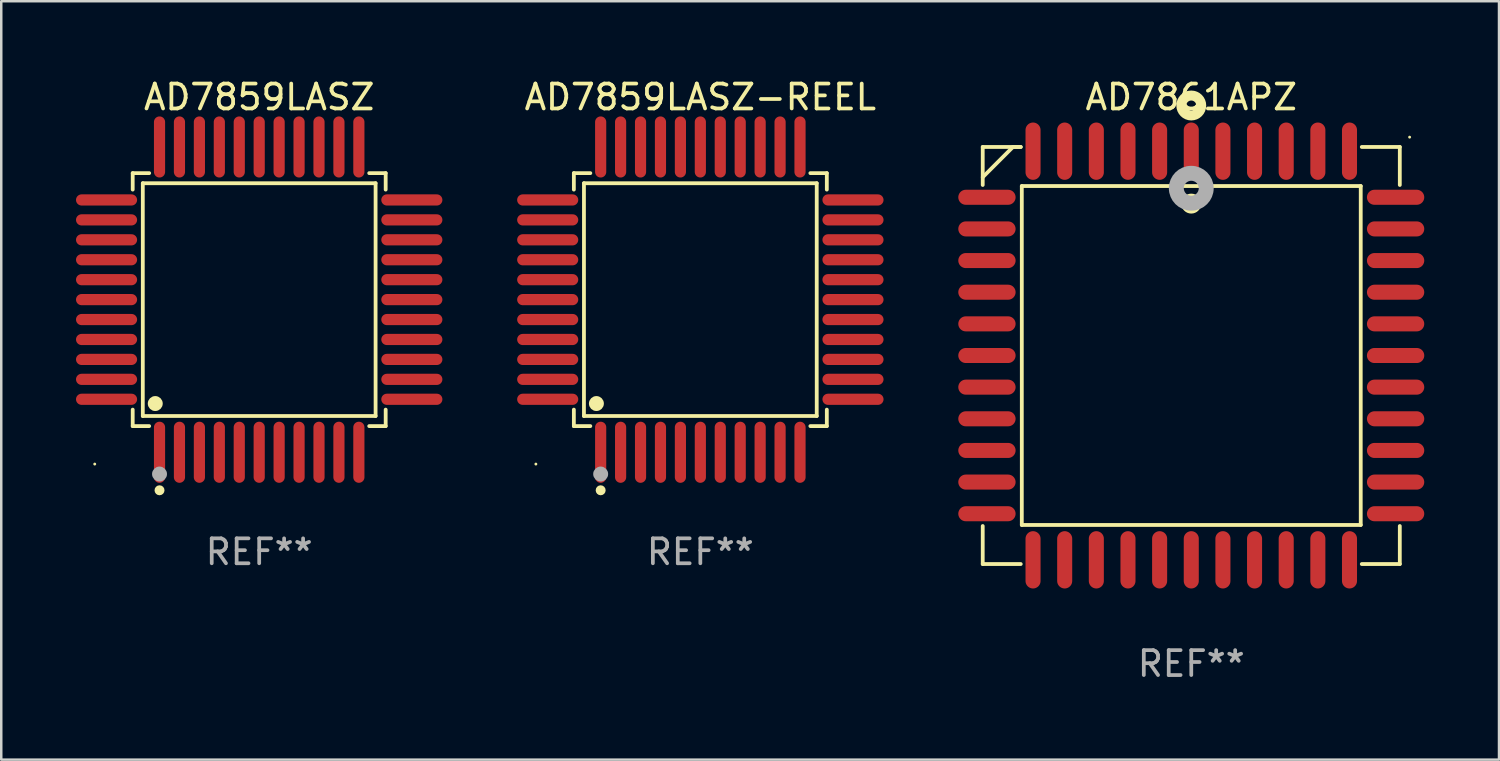
<source format=kicad_pcb>
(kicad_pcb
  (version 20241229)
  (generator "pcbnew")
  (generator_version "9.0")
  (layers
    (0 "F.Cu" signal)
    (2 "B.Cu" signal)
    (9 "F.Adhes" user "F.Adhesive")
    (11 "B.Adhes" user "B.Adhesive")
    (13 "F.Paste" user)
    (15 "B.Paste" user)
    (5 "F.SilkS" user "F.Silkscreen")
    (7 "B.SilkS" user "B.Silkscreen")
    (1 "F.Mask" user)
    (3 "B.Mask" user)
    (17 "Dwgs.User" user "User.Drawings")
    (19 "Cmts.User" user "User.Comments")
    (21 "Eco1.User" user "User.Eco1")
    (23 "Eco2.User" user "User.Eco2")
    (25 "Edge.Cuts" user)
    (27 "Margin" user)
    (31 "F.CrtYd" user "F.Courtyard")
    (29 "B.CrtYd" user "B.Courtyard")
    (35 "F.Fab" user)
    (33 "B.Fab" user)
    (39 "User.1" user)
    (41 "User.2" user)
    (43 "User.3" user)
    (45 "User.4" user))
  (footprint "AD7859LASZ"
    (layer "F.Cu")
    (at 7.352 8.974)
    (property "Reference" "AD7859LASZ" (at 0 -8.126 0) (layer "F.SilkS") (effects (font (size 1 1) (thickness 0.15))))
    (attr through_hole)
    (fp_line (start -5.076 -5.076) (end -4.415 -5.076) (stroke (width 0.152) (type solid)) (layer "F.SilkS"))
    (fp_line (start -5.076 -4.415) (end -5.076 -5.076) (stroke (width 0.152) (type solid)) (layer "F.SilkS"))
    (fp_line (start -5.076 4.415) (end -5.076 5.076) (stroke (width 0.152) (type solid)) (layer "F.SilkS"))
    (fp_line (start -5.076 5.076) (end -4.415 5.076) (stroke (width 0.152) (type solid)) (layer "F.SilkS"))
    (fp_line (start -4.671 -4.671) (end 4.671 -4.671) (stroke (width 0.152) (type solid)) (layer "F.SilkS"))
    (fp_line (start -4.671 4.671) (end -4.671 -4.671) (stroke (width 0.152) (type solid)) (layer "F.SilkS"))
    (fp_line (start 4.671 -4.671) (end 4.671 4.671) (stroke (width 0.152) (type solid)) (layer "F.SilkS"))
    (fp_line (start 4.671 4.671) (end -4.671 4.671) (stroke (width 0.152) (type solid)) (layer "F.SilkS"))
    (fp_line (start 5.076 -5.076) (end 4.415 -5.076) (stroke (width 0.152) (type solid)) (layer "F.SilkS"))
    (fp_line (start 5.076 -4.415) (end 5.076 -5.076) (stroke (width 0.152) (type solid)) (layer "F.SilkS"))
    (fp_line (start 5.076 4.415) (end 5.076 5.076) (stroke (width 0.152) (type solid)) (layer "F.SilkS"))
    (fp_line (start 5.076 5.076) (end 4.415 5.076) (stroke (width 0.152) (type solid)) (layer "F.SilkS"))
    (fp_circle (center -6.6 6.6) (end -6.57 6.6) (stroke (width 0.06) (type solid)) (fill no) (layer "F.SilkS"))
    (fp_circle (center -4.171 4.171) (end -4.021 4.171) (stroke (width 0.3) (type solid)) (fill no) (layer "F.SilkS"))
    (fp_circle (center -4 7.652) (end -3.9 7.652) (stroke (width 0.2) (type solid)) (fill no) (layer "F.SilkS"))
    (fp_circle (center -4 7) (end -3.85 7) (stroke (width 0.3) (type solid)) (fill no) (layer "F.Fab"))
    (fp_text user "REF**" (at 0 10.126 0) (layer "F.Fab") (effects (font (size 1 1) (thickness 0.15))))
    (pad "1" smd oval (at -4 6.126) (size 0.448 2.452) (layers "F.Cu" "F.Mask" "F.Paste"))
    (pad "2" smd oval (at -3.2 6.126) (size 0.448 2.452) (layers "F.Cu" "F.Mask" "F.Paste"))
    (pad "3" smd oval (at -2.4 6.126) (size 0.448 2.452) (layers "F.Cu" "F.Mask" "F.Paste"))
    (pad "4" smd oval (at -1.6 6.126) (size 0.448 2.452) (layers "F.Cu" "F.Mask" "F.Paste"))
    (pad "5" smd oval (at -0.8 6.126) (size 0.448 2.452) (layers "F.Cu" "F.Mask" "F.Paste"))
    (pad "6" smd oval (at 0 6.126) (size 0.448 2.452) (layers "F.Cu" "F.Mask" "F.Paste"))
    (pad "7" smd oval (at 0.8 6.126) (size 0.448 2.452) (layers "F.Cu" "F.Mask" "F.Paste"))
    (pad "8" smd oval (at 1.6 6.126) (size 0.448 2.452) (layers "F.Cu" "F.Mask" "F.Paste"))
    (pad "9" smd oval (at 2.4 6.126) (size 0.448 2.452) (layers "F.Cu" "F.Mask" "F.Paste"))
    (pad "10" smd oval (at 3.2 6.126) (size 0.448 2.452) (layers "F.Cu" "F.Mask" "F.Paste"))
    (pad "11" smd oval (at 4 6.126) (size 0.448 2.452) (layers "F.Cu" "F.Mask" "F.Paste"))
    (pad "12" smd oval (at 6.126 4) (size 2.452 0.448) (layers "F.Cu" "F.Mask" "F.Paste"))
    (pad "13" smd oval (at 6.126 3.2) (size 2.452 0.448) (layers "F.Cu" "F.Mask" "F.Paste"))
    (pad "14" smd oval (at 6.126 2.4) (size 2.452 0.448) (layers "F.Cu" "F.Mask" "F.Paste"))
    (pad "15" smd oval (at 6.126 1.6) (size 2.452 0.448) (layers "F.Cu" "F.Mask" "F.Paste"))
    (pad "16" smd oval (at 6.126 0.8) (size 2.452 0.448) (layers "F.Cu" "F.Mask" "F.Paste"))
    (pad "17" smd oval (at 6.126 0) (size 2.452 0.448) (layers "F.Cu" "F.Mask" "F.Paste"))
    (pad "18" smd oval (at 6.126 -0.8) (size 2.452 0.448) (layers "F.Cu" "F.Mask" "F.Paste"))
    (pad "19" smd oval (at 6.126 -1.6) (size 2.452 0.448) (layers "F.Cu" "F.Mask" "F.Paste"))
    (pad "20" smd oval (at 6.126 -2.4) (size 2.452 0.448) (layers "F.Cu" "F.Mask" "F.Paste"))
    (pad "21" smd oval (at 6.126 -3.2) (size 2.452 0.448) (layers "F.Cu" "F.Mask" "F.Paste"))
    (pad "22" smd oval (at 6.126 -4) (size 2.452 0.448) (layers "F.Cu" "F.Mask" "F.Paste"))
    (pad "23" smd oval (at 4 -6.126) (size 0.448 2.452) (layers "F.Cu" "F.Mask" "F.Paste"))
    (pad "24" smd oval (at 3.2 -6.126) (size 0.448 2.452) (layers "F.Cu" "F.Mask" "F.Paste"))
    (pad "25" smd oval (at 2.4 -6.126) (size 0.448 2.452) (layers "F.Cu" "F.Mask" "F.Paste"))
    (pad "26" smd oval (at 1.6 -6.126) (size 0.448 2.452) (layers "F.Cu" "F.Mask" "F.Paste"))
    (pad "27" smd oval (at 0.8 -6.126) (size 0.448 2.452) (layers "F.Cu" "F.Mask" "F.Paste"))
    (pad "28" smd oval (at 0 -6.126) (size 0.448 2.452) (layers "F.Cu" "F.Mask" "F.Paste"))
    (pad "29" smd oval (at -0.8 -6.126) (size 0.448 2.452) (layers "F.Cu" "F.Mask" "F.Paste"))
    (pad "30" smd oval (at -1.6 -6.126) (size 0.448 2.452) (layers "F.Cu" "F.Mask" "F.Paste"))
    (pad "31" smd oval (at -2.4 -6.126) (size 0.448 2.452) (layers "F.Cu" "F.Mask" "F.Paste"))
    (pad "32" smd oval (at -3.2 -6.126) (size 0.448 2.452) (layers "F.Cu" "F.Mask" "F.Paste"))
    (pad "33" smd oval (at -4 -6.126) (size 0.448 2.452) (layers "F.Cu" "F.Mask" "F.Paste"))
    (pad "34" smd oval (at -6.126 -4) (size 2.452 0.448) (layers "F.Cu" "F.Mask" "F.Paste"))
    (pad "35" smd oval (at -6.126 -3.2) (size 2.452 0.448) (layers "F.Cu" "F.Mask" "F.Paste"))
    (pad "36" smd oval (at -6.126 -2.4) (size 2.452 0.448) (layers "F.Cu" "F.Mask" "F.Paste"))
    (pad "37" smd oval (at -6.126 -1.6) (size 2.452 0.448) (layers "F.Cu" "F.Mask" "F.Paste"))
    (pad "38" smd oval (at -6.126 -0.8) (size 2.452 0.448) (layers "F.Cu" "F.Mask" "F.Paste"))
    (pad "39" smd oval (at -6.126 0) (size 2.452 0.448) (layers "F.Cu" "F.Mask" "F.Paste"))
    (pad "40" smd oval (at -6.126 0.8) (size 2.452 0.448) (layers "F.Cu" "F.Mask" "F.Paste"))
    (pad "41" smd oval (at -6.126 1.6) (size 2.452 0.448) (layers "F.Cu" "F.Mask" "F.Paste"))
    (pad "42" smd oval (at -6.126 2.4) (size 2.452 0.448) (layers "F.Cu" "F.Mask" "F.Paste"))
    (pad "43" smd oval (at -6.126 3.2) (size 2.452 0.448) (layers "F.Cu" "F.Mask" "F.Paste"))
    (pad "44" smd oval (at -6.126 4) (size 2.452 0.448) (layers "F.Cu" "F.Mask" "F.Paste")))
  (footprint "AD7861APZ"
    (layer "F.Cu")
    (at 44.758 11.217)
    (property "Reference" "AD7861APZ" (at 0 -10.369 0) (layer "F.SilkS") (effects (font (size 1 1) (thickness 0.15))))
    (attr through_hole)
    (fp_line (start -8.369 -8.369) (end -8.369 -6.843) (stroke (width 0.152) (type solid)) (layer "F.SilkS"))
    (fp_line (start -8.369 8.369) (end -8.369 6.843) (stroke (width 0.152) (type solid)) (layer "F.SilkS"))
    (fp_line (start -7.156 -8.369) (end -8.369 -7.156) (stroke (width 0.152) (type solid)) (layer "F.SilkS"))
    (fp_line (start -6.843 -8.369) (end -8.369 -8.369) (stroke (width 0.152) (type solid)) (layer "F.SilkS"))
    (fp_line (start -6.843 -8.369) (end -7.156 -8.369) (stroke (width 0.152) (type solid)) (layer "F.SilkS"))
    (fp_line (start -6.843 8.369) (end -8.369 8.369) (stroke (width 0.152) (type solid)) (layer "F.SilkS"))
    (fp_line (start -6.801 -6.801) (end 6.801 -6.801) (stroke (width 0.152) (type solid)) (layer "F.SilkS"))
    (fp_line (start -6.801 6.801) (end -6.801 -6.801) (stroke (width 0.152) (type solid)) (layer "F.SilkS"))
    (fp_line (start 6.801 -6.801) (end 6.801 6.801) (stroke (width 0.152) (type solid)) (layer "F.SilkS"))
    (fp_line (start 6.801 6.801) (end -6.801 6.801) (stroke (width 0.152) (type solid)) (layer "F.SilkS"))
    (fp_line (start 6.843 -8.369) (end 8.369 -8.369) (stroke (width 0.152) (type solid)) (layer "F.SilkS"))
    (fp_line (start 6.843 8.369) (end 8.369 8.369) (stroke (width 0.152) (type solid)) (layer "F.SilkS"))
    (fp_line (start 8.369 -8.369) (end 8.369 -6.843) (stroke (width 0.152) (type solid)) (layer "F.SilkS"))
    (fp_line (start 8.369 8.369) (end 8.369 6.843) (stroke (width 0.152) (type solid)) (layer "F.SilkS"))
    (fp_circle (center -0.000013 -6.096) (end 0.2 -6.096) (stroke (width 0.4) (type solid)) (fill no) (layer "F.SilkS"))
    (fp_circle (center 0.000114 -10.033) (end 0.2 -10.033) (stroke (width 0.4) (type solid)) (fill no) (layer "F.SilkS"))
    (fp_circle (center 8.763 -8.763) (end 8.793 -8.763) (stroke (width 0.06) (type solid)) (fill no) (layer "F.SilkS"))
    (fp_circle (center 0.000114 -6.712) (end 0.3 -6.712) (stroke (width 0.6) (type solid)) (fill no) (layer "F.Fab"))
    (fp_text user "REF**" (at 0 12.369 0) (layer "F.Fab") (effects (font (size 1 1) (thickness 0.15))))
    (pad "1" smd oval (at 0.000114 -8.2) (size 0.604 2.3) (layers "F.Cu" "F.Mask" "F.Paste"))
    (pad "2" smd oval (at -1.27 -8.2) (size 0.604 2.3) (layers "F.Cu" "F.Mask" "F.Paste"))
    (pad "3" smd oval (at -2.54 -8.2) (size 0.604 2.3) (layers "F.Cu" "F.Mask" "F.Paste"))
    (pad "4" smd oval (at -3.81 -8.2) (size 0.604 2.3) (layers "F.Cu" "F.Mask" "F.Paste"))
    (pad "5" smd oval (at -5.08 -8.2) (size 0.604 2.3) (layers "F.Cu" "F.Mask" "F.Paste"))
    (pad "6" smd oval (at -6.35 -8.2) (size 0.604 2.3) (layers "F.Cu" "F.Mask" "F.Paste"))
    (pad "7" smd oval (at -8.2 -6.35) (size 2.3 0.604) (layers "F.Cu" "F.Mask" "F.Paste"))
    (pad "8" smd oval (at -8.2 -5.08) (size 2.3 0.604) (layers "F.Cu" "F.Mask" "F.Paste"))
    (pad "9" smd oval (at -8.2 -3.81) (size 2.3 0.604) (layers "F.Cu" "F.Mask" "F.Paste"))
    (pad "10" smd oval (at -8.2 -2.54) (size 2.3 0.604) (layers "F.Cu" "F.Mask" "F.Paste"))
    (pad "11" smd oval (at -8.2 -1.27) (size 2.3 0.604) (layers "F.Cu" "F.Mask" "F.Paste"))
    (pad "12" smd oval (at -8.2 0.000127) (size 2.3 0.604) (layers "F.Cu" "F.Mask" "F.Paste"))
    (pad "13" smd oval (at -8.2 1.27) (size 2.3 0.604) (layers "F.Cu" "F.Mask" "F.Paste"))
    (pad "14" smd oval (at -8.2 2.54) (size 2.3 0.604) (layers "F.Cu" "F.Mask" "F.Paste"))
    (pad "15" smd oval (at -8.2 3.81) (size 2.3 0.604) (layers "F.Cu" "F.Mask" "F.Paste"))
    (pad "16" smd oval (at -8.2 5.08) (size 2.3 0.604) (layers "F.Cu" "F.Mask" "F.Paste"))
    (pad "17" smd oval (at -8.2 6.35) (size 2.3 0.604) (layers "F.Cu" "F.Mask" "F.Paste"))
    (pad "18" smd oval (at -6.35 8.2) (size 0.604 2.3) (layers "F.Cu" "F.Mask" "F.Paste"))
    (pad "19" smd oval (at -5.08 8.2) (size 0.604 2.3) (layers "F.Cu" "F.Mask" "F.Paste"))
    (pad "20" smd oval (at -3.81 8.2) (size 0.604 2.3) (layers "F.Cu" "F.Mask" "F.Paste"))
    (pad "21" smd oval (at -2.54 8.2) (size 0.604 2.3) (layers "F.Cu" "F.Mask" "F.Paste"))
    (pad "22" smd oval (at -1.27 8.2) (size 0.604 2.3) (layers "F.Cu" "F.Mask" "F.Paste"))
    (pad "23" smd oval (at 0.000114 8.2) (size 0.604 2.3) (layers "F.Cu" "F.Mask" "F.Paste"))
    (pad "24" smd oval (at 1.27 8.2) (size 0.604 2.3) (layers "F.Cu" "F.Mask" "F.Paste"))
    (pad "25" smd oval (at 2.54 8.2) (size 0.604 2.3) (layers "F.Cu" "F.Mask" "F.Paste"))
    (pad "26" smd oval (at 3.81 8.2) (size 0.604 2.3) (layers "F.Cu" "F.Mask" "F.Paste"))
    (pad "27" smd oval (at 5.08 8.2) (size 0.604 2.3) (layers "F.Cu" "F.Mask" "F.Paste"))
    (pad "28" smd oval (at 6.35 8.2) (size 0.604 2.3) (layers "F.Cu" "F.Mask" "F.Paste"))
    (pad "29" smd oval (at 8.2 6.35) (size 2.3 0.604) (layers "F.Cu" "F.Mask" "F.Paste"))
    (pad "30" smd oval (at 8.2 5.08) (size 2.3 0.604) (layers "F.Cu" "F.Mask" "F.Paste"))
    (pad "31" smd oval (at 8.2 3.81) (size 2.3 0.604) (layers "F.Cu" "F.Mask" "F.Paste"))
    (pad "32" smd oval (at 8.2 2.54) (size 2.3 0.604) (layers "F.Cu" "F.Mask" "F.Paste"))
    (pad "33" smd oval (at 8.2 1.27) (size 2.3 0.604) (layers "F.Cu" "F.Mask" "F.Paste"))
    (pad "34" smd oval (at 8.2 0.000127) (size 2.3 0.604) (layers "F.Cu" "F.Mask" "F.Paste"))
    (pad "35" smd oval (at 8.2 -1.27) (size 2.3 0.604) (layers "F.Cu" "F.Mask" "F.Paste"))
    (pad "36" smd oval (at 8.2 -2.54) (size 2.3 0.604) (layers "F.Cu" "F.Mask" "F.Paste"))
    (pad "37" smd oval (at 8.2 -3.81) (size 2.3 0.604) (layers "F.Cu" "F.Mask" "F.Paste"))
    (pad "38" smd oval (at 8.2 -5.08) (size 2.3 0.604) (layers "F.Cu" "F.Mask" "F.Paste"))
    (pad "39" smd oval (at 8.2 -6.35) (size 2.3 0.604) (layers "F.Cu" "F.Mask" "F.Paste"))
    (pad "40" smd oval (at 6.35 -8.2) (size 0.604 2.3) (layers "F.Cu" "F.Mask" "F.Paste"))
    (pad "41" smd oval (at 5.08 -8.2) (size 0.604 2.3) (layers "F.Cu" "F.Mask" "F.Paste"))
    (pad "42" smd oval (at 3.81 -8.2) (size 0.604 2.3) (layers "F.Cu" "F.Mask" "F.Paste"))
    (pad "43" smd oval (at 2.54 -8.2) (size 0.604 2.3) (layers "F.Cu" "F.Mask" "F.Paste"))
    (pad "44" smd oval (at 1.27 -8.2) (size 0.604 2.3) (layers "F.Cu" "F.Mask" "F.Paste")))
  (footprint "AD7859LASZ-REEL"
    (layer "F.Cu")
    (at 25.056 8.974)
    (property "Reference" "AD7859LASZ-REEL" (at 0 -8.126 0) (layer "F.SilkS") (effects (font (size 1 1) (thickness 0.15))))
    (attr through_hole)
    (fp_line (start -5.076 -5.076) (end -4.415 -5.076) (stroke (width 0.152) (type solid)) (layer "F.SilkS"))
    (fp_line (start -5.076 -4.415) (end -5.076 -5.076) (stroke (width 0.152) (type solid)) (layer "F.SilkS"))
    (fp_line (start -5.076 4.415) (end -5.076 5.076) (stroke (width 0.152) (type solid)) (layer "F.SilkS"))
    (fp_line (start -5.076 5.076) (end -4.415 5.076) (stroke (width 0.152) (type solid)) (layer "F.SilkS"))
    (fp_line (start -4.671 -4.671) (end 4.671 -4.671) (stroke (width 0.152) (type solid)) (layer "F.SilkS"))
    (fp_line (start -4.671 4.671) (end -4.671 -4.671) (stroke (width 0.152) (type solid)) (layer "F.SilkS"))
    (fp_line (start 4.671 -4.671) (end 4.671 4.671) (stroke (width 0.152) (type solid)) (layer "F.SilkS"))
    (fp_line (start 4.671 4.671) (end -4.671 4.671) (stroke (width 0.152) (type solid)) (layer "F.SilkS"))
    (fp_line (start 5.076 -5.076) (end 4.415 -5.076) (stroke (width 0.152) (type solid)) (layer "F.SilkS"))
    (fp_line (start 5.076 -4.415) (end 5.076 -5.076) (stroke (width 0.152) (type solid)) (layer "F.SilkS"))
    (fp_line (start 5.076 4.415) (end 5.076 5.076) (stroke (width 0.152) (type solid)) (layer "F.SilkS"))
    (fp_line (start 5.076 5.076) (end 4.415 5.076) (stroke (width 0.152) (type solid)) (layer "F.SilkS"))
    (fp_circle (center -6.6 6.6) (end -6.57 6.6) (stroke (width 0.06) (type solid)) (fill no) (layer "F.SilkS"))
    (fp_circle (center -4.171 4.171) (end -4.021 4.171) (stroke (width 0.3) (type solid)) (fill no) (layer "F.SilkS"))
    (fp_circle (center -4 7.652) (end -3.9 7.652) (stroke (width 0.2) (type solid)) (fill no) (layer "F.SilkS"))
    (fp_circle (center -4 7) (end -3.85 7) (stroke (width 0.3) (type solid)) (fill no) (layer "F.Fab"))
    (fp_text user "REF**" (at 0 10.126 0) (layer "F.Fab") (effects (font (size 1 1) (thickness 0.15))))
    (pad "1" smd oval (at -4 6.126) (size 0.448 2.452) (layers "F.Cu" "F.Mask" "F.Paste"))
    (pad "2" smd oval (at -3.2 6.126) (size 0.448 2.452) (layers "F.Cu" "F.Mask" "F.Paste"))
    (pad "3" smd oval (at -2.4 6.126) (size 0.448 2.452) (layers "F.Cu" "F.Mask" "F.Paste"))
    (pad "4" smd oval (at -1.6 6.126) (size 0.448 2.452) (layers "F.Cu" "F.Mask" "F.Paste"))
    (pad "5" smd oval (at -0.8 6.126) (size 0.448 2.452) (layers "F.Cu" "F.Mask" "F.Paste"))
    (pad "6" smd oval (at 0 6.126) (size 0.448 2.452) (layers "F.Cu" "F.Mask" "F.Paste"))
    (pad "7" smd oval (at 0.8 6.126) (size 0.448 2.452) (layers "F.Cu" "F.Mask" "F.Paste"))
    (pad "8" smd oval (at 1.6 6.126) (size 0.448 2.452) (layers "F.Cu" "F.Mask" "F.Paste"))
    (pad "9" smd oval (at 2.4 6.126) (size 0.448 2.452) (layers "F.Cu" "F.Mask" "F.Paste"))
    (pad "10" smd oval (at 3.2 6.126) (size 0.448 2.452) (layers "F.Cu" "F.Mask" "F.Paste"))
    (pad "11" smd oval (at 4 6.126) (size 0.448 2.452) (layers "F.Cu" "F.Mask" "F.Paste"))
    (pad "12" smd oval (at 6.126 4) (size 2.452 0.448) (layers "F.Cu" "F.Mask" "F.Paste"))
    (pad "13" smd oval (at 6.126 3.2) (size 2.452 0.448) (layers "F.Cu" "F.Mask" "F.Paste"))
    (pad "14" smd oval (at 6.126 2.4) (size 2.452 0.448) (layers "F.Cu" "F.Mask" "F.Paste"))
    (pad "15" smd oval (at 6.126 1.6) (size 2.452 0.448) (layers "F.Cu" "F.Mask" "F.Paste"))
    (pad "16" smd oval (at 6.126 0.8) (size 2.452 0.448) (layers "F.Cu" "F.Mask" "F.Paste"))
    (pad "17" smd oval (at 6.126 0) (size 2.452 0.448) (layers "F.Cu" "F.Mask" "F.Paste"))
    (pad "18" smd oval (at 6.126 -0.8) (size 2.452 0.448) (layers "F.Cu" "F.Mask" "F.Paste"))
    (pad "19" smd oval (at 6.126 -1.6) (size 2.452 0.448) (layers "F.Cu" "F.Mask" "F.Paste"))
    (pad "20" smd oval (at 6.126 -2.4) (size 2.452 0.448) (layers "F.Cu" "F.Mask" "F.Paste"))
    (pad "21" smd oval (at 6.126 -3.2) (size 2.452 0.448) (layers "F.Cu" "F.Mask" "F.Paste"))
    (pad "22" smd oval (at 6.126 -4) (size 2.452 0.448) (layers "F.Cu" "F.Mask" "F.Paste"))
    (pad "23" smd oval (at 4 -6.126) (size 0.448 2.452) (layers "F.Cu" "F.Mask" "F.Paste"))
    (pad "24" smd oval (at 3.2 -6.126) (size 0.448 2.452) (layers "F.Cu" "F.Mask" "F.Paste"))
    (pad "25" smd oval (at 2.4 -6.126) (size 0.448 2.452) (layers "F.Cu" "F.Mask" "F.Paste"))
    (pad "26" smd oval (at 1.6 -6.126) (size 0.448 2.452) (layers "F.Cu" "F.Mask" "F.Paste"))
    (pad "27" smd oval (at 0.8 -6.126) (size 0.448 2.452) (layers "F.Cu" "F.Mask" "F.Paste"))
    (pad "28" smd oval (at 0 -6.126) (size 0.448 2.452) (layers "F.Cu" "F.Mask" "F.Paste"))
    (pad "29" smd oval (at -0.8 -6.126) (size 0.448 2.452) (layers "F.Cu" "F.Mask" "F.Paste"))
    (pad "30" smd oval (at -1.6 -6.126) (size 0.448 2.452) (layers "F.Cu" "F.Mask" "F.Paste"))
    (pad "31" smd oval (at -2.4 -6.126) (size 0.448 2.452) (layers "F.Cu" "F.Mask" "F.Paste"))
    (pad "32" smd oval (at -3.2 -6.126) (size 0.448 2.452) (layers "F.Cu" "F.Mask" "F.Paste"))
    (pad "33" smd oval (at -4 -6.126) (size 0.448 2.452) (layers "F.Cu" "F.Mask" "F.Paste"))
    (pad "34" smd oval (at -6.126 -4) (size 2.452 0.448) (layers "F.Cu" "F.Mask" "F.Paste"))
    (pad "35" smd oval (at -6.126 -3.2) (size 2.452 0.448) (layers "F.Cu" "F.Mask" "F.Paste"))
    (pad "36" smd oval (at -6.126 -2.4) (size 2.452 0.448) (layers "F.Cu" "F.Mask" "F.Paste"))
    (pad "37" smd oval (at -6.126 -1.6) (size 2.452 0.448) (layers "F.Cu" "F.Mask" "F.Paste"))
    (pad "38" smd oval (at -6.126 -0.8) (size 2.452 0.448) (layers "F.Cu" "F.Mask" "F.Paste"))
    (pad "39" smd oval (at -6.126 0) (size 2.452 0.448) (layers "F.Cu" "F.Mask" "F.Paste"))
    (pad "40" smd oval (at -6.126 0.8) (size 2.452 0.448) (layers "F.Cu" "F.Mask" "F.Paste"))
    (pad "41" smd oval (at -6.126 1.6) (size 2.452 0.448) (layers "F.Cu" "F.Mask" "F.Paste"))
    (pad "42" smd oval (at -6.126 2.4) (size 2.452 0.448) (layers "F.Cu" "F.Mask" "F.Paste"))
    (pad "43" smd oval (at -6.126 3.2) (size 2.452 0.448) (layers "F.Cu" "F.Mask" "F.Paste"))
    (pad "44" smd oval (at -6.126 4) (size 2.452 0.448) (layers "F.Cu" "F.Mask" "F.Paste")))
  (gr_rect
    (start -3 -3)
    (end 57.108 27.435)
    (stroke (width 0.1) (type default))
    (fill no)
    (layer "Edge.Cuts")))
</source>
